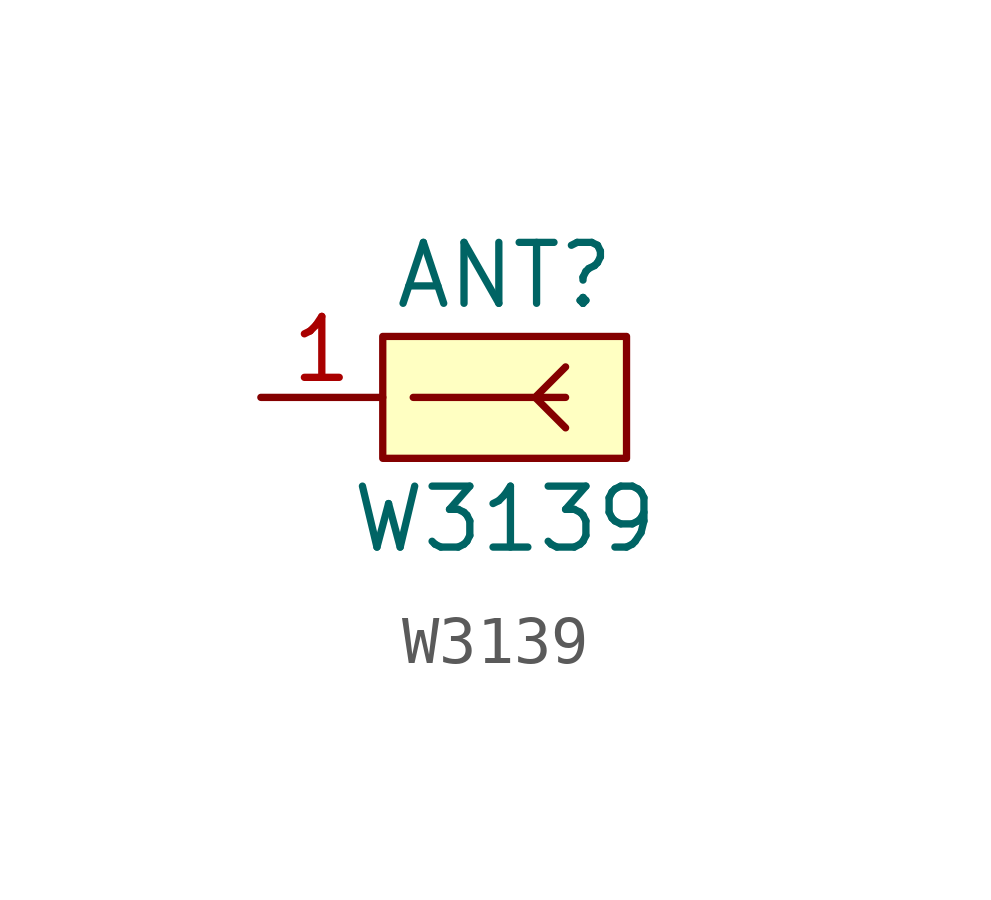
<source format=kicad_sym>
(kicad_symbol_lib
  (version 20211014)
  (generator kicad_symbol_editor)
  (symbol "W3139"
    (pin_names hide)
    (property "Reference" "ANT"
      (at 0 2.54 0)
      (effects (font (size 1.27 1.27))))
    (property "Value" "W3139"
      (at 0 -2.54 0)
      (effects (font (size 1.27 1.27))))
    (symbol "W3139_0_1"
      (rectangle (start -2.54 1.27) (end 2.54 -1.27) (stroke (width 0) (type default) (color 0 0 0 0)) (fill (type background)))
      (polyline (pts (xy 0.635 0) (xy 1.27 -0.635)) (stroke (width 0) (type default) (color 0 0 0 0)) (fill (type none)))
      (polyline (pts (xy 0.635 0) (xy 1.27 0)) (stroke (width 0) (type default) (color 0 0 0 0)) (fill (type none)))
      (polyline (pts (xy -1.905 0) (xy 0.635 0) (xy 1.27 0.635)) (stroke (width 0) (type default) (color 0 0 0 0)) (fill (type none))))
    (symbol "W3139_1_1"
      (pin input line (at -5.08 0 0) (length 2.54) (name "FP" (effects (font (size 1.27 1.27)))) (number "1" (effects (font (size 1.27 1.27)))))
      (pin no_connect line (at 5.08 0 180) (length 2.54) hide (name "NC" (effects (font (size 1.27 1.27)))) (number "2" (effects (font (size 1.27 1.27))))))))
</source>
